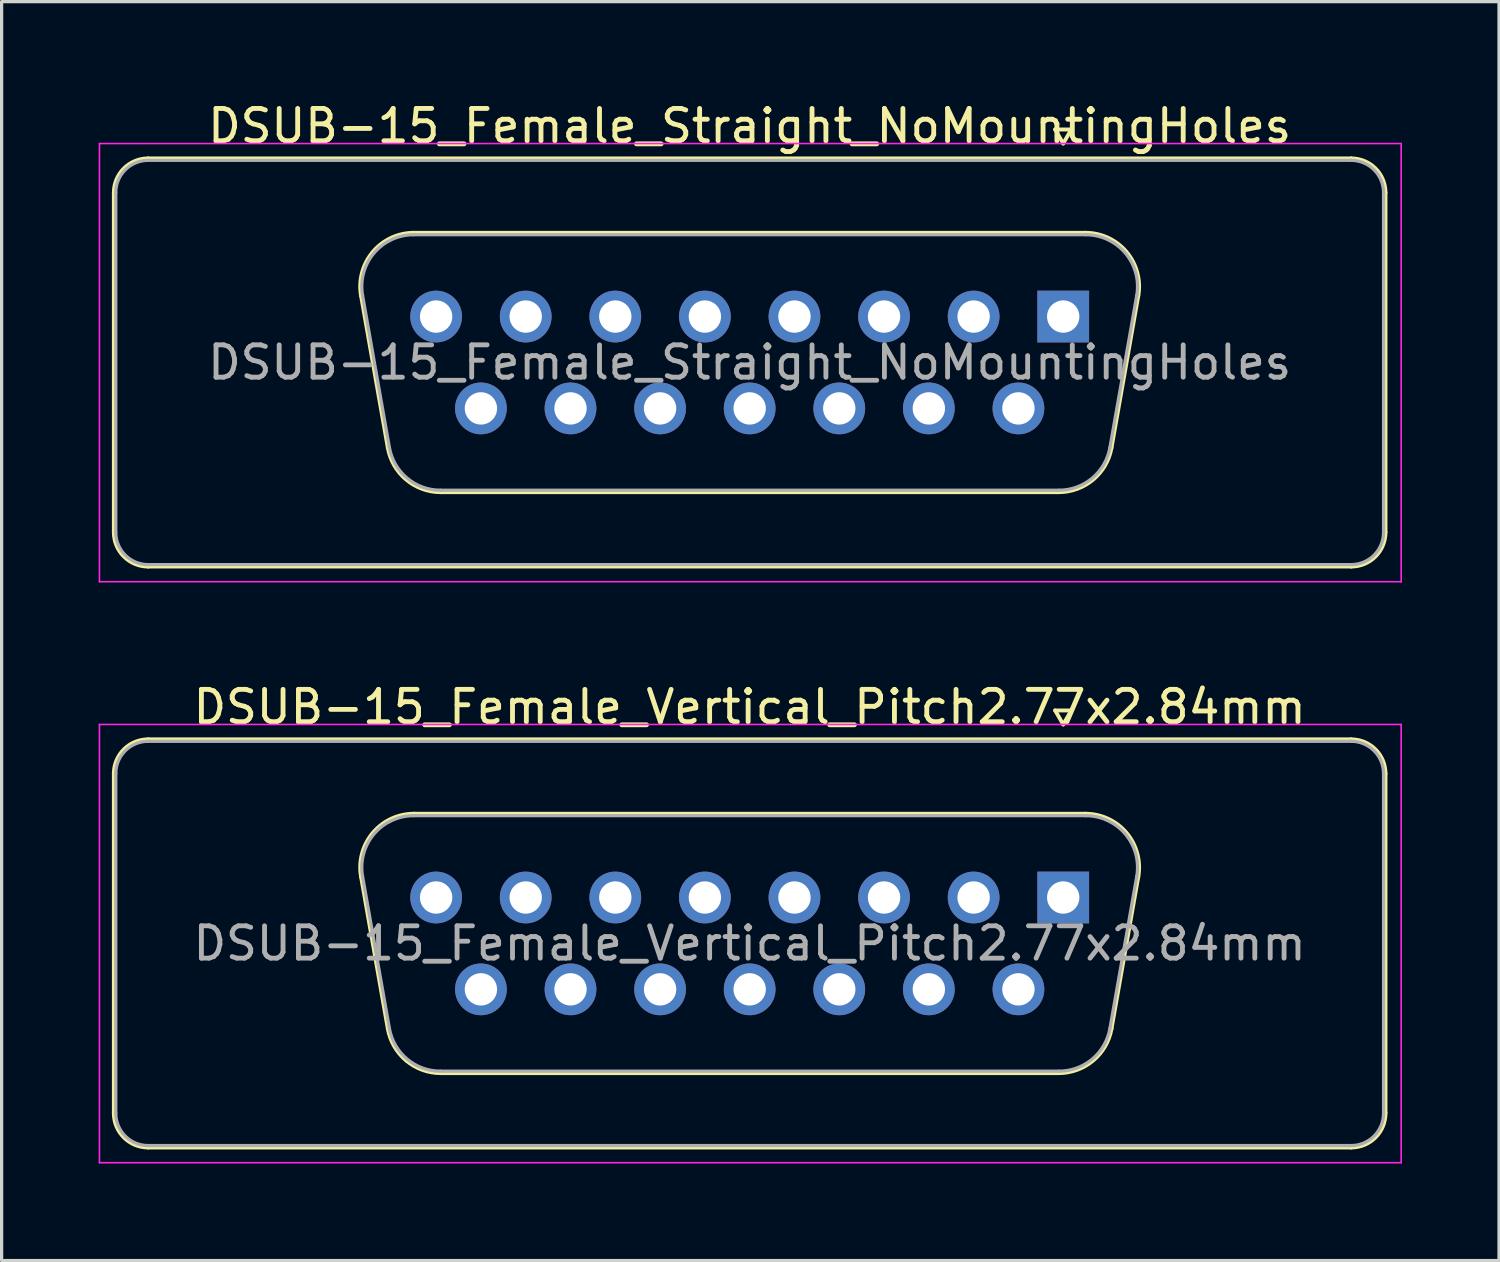
<source format=kicad_pcb>
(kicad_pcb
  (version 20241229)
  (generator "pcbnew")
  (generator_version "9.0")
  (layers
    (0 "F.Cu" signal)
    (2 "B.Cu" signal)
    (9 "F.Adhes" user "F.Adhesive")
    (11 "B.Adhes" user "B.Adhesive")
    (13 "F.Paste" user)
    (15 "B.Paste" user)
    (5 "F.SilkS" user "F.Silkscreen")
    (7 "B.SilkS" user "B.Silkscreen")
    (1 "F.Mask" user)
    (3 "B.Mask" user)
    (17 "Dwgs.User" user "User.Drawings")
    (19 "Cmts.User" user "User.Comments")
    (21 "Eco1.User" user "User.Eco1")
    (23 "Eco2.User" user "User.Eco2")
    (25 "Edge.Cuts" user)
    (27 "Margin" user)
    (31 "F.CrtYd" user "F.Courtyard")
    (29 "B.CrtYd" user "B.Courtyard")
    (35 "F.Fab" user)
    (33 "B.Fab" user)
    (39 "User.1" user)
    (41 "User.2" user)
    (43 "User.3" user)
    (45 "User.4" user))
  (footprint "DSUB-15_Female_Straight_NoMountingHoles"
    (layer "F.Cu")
    (at 29.825 6.738)
    (property "Reference" "DSUB-15_Female_Straight_NoMountingHoles" (at -9.695 -5.89 0) (layer "F.SilkS") (effects (font (size 1 1) (thickness 0.15))))
    (attr through_hole)
    (fp_line (start -29.355 6.67) (end -29.355 -3.83) (stroke (width 0.12) (type solid)) (layer "F.SilkS"))
    (fp_line (start -28.295 -4.89) (end 8.905 -4.89) (stroke (width 0.12) (type solid)) (layer "F.SilkS"))
    (fp_line (start -21.711 -0.642) (end -20.883 4.058) (stroke (width 0.12) (type solid)) (layer "F.SilkS"))
    (fp_line (start -20.077 -2.59) (end 0.687 -2.59) (stroke (width 0.12) (type solid)) (layer "F.SilkS"))
    (fp_line (start -19.248 5.43) (end -0.142 5.43) (stroke (width 0.12) (type solid)) (layer "F.SilkS"))
    (fp_line (start -0.25 -5.784) (end 0.25 -5.784) (stroke (width 0.12) (type solid)) (layer "F.SilkS"))
    (fp_line (start 0 -5.351) (end -0.25 -5.784) (stroke (width 0.12) (type solid)) (layer "F.SilkS"))
    (fp_line (start 0.25 -5.784) (end 0 -5.351) (stroke (width 0.12) (type solid)) (layer "F.SilkS"))
    (fp_line (start 2.321 -0.642) (end 1.493 4.058) (stroke (width 0.12) (type solid)) (layer "F.SilkS"))
    (fp_line (start 8.905 7.73) (end -28.295 7.73) (stroke (width 0.12) (type solid)) (layer "F.SilkS"))
    (fp_line (start 9.965 -3.83) (end 9.965 6.67) (stroke (width 0.12) (type solid)) (layer "F.SilkS"))
    (fp_arc (start -29.355 -3.83) (mid -29.044533 -4.579533) (end -28.295 -4.89) (stroke (width 0.12) (type solid)) (layer "F.SilkS"))
    (fp_arc (start -28.295 7.73) (mid -29.044533 7.419533) (end -29.355 6.67) (stroke (width 0.12) (type solid)) (layer "F.SilkS"))
    (fp_arc (start -21.71147 -0.641744) (mid -21.348323 -1.997028) (end -20.076689 -2.59) (stroke (width 0.12) (type solid)) (layer "F.SilkS"))
    (fp_arc (start -19.247952 5.43) (mid -20.314979 5.041634) (end -20.882733 4.058256) (stroke (width 0.12) (type solid)) (layer "F.SilkS"))
    (fp_arc (start 0.686689 -2.59) (mid 1.958323 -1.997027) (end 2.32147 -0.641744) (stroke (width 0.12) (type solid)) (layer "F.SilkS"))
    (fp_arc (start 1.492733 4.058256) (mid 0.92498 5.041634) (end -0.142048 5.43) (stroke (width 0.12) (type solid)) (layer "F.SilkS"))
    (fp_arc (start 8.905 -4.89) (mid 9.654533 -4.579533) (end 9.965 -3.83) (stroke (width 0.12) (type solid)) (layer "F.SilkS"))
    (fp_arc (start 9.965 6.67) (mid 9.654533 7.419533) (end 8.905 7.73) (stroke (width 0.12) (type solid)) (layer "F.SilkS"))
    (fp_line (start -29.8 -5.35) (end -29.8 8.2) (stroke (width 0.05) (type solid)) (layer "F.CrtYd"))
    (fp_line (start -29.8 8.2) (end 10.45 8.2) (stroke (width 0.05) (type solid)) (layer "F.CrtYd"))
    (fp_line (start 10.45 -5.35) (end -29.8 -5.35) (stroke (width 0.05) (type solid)) (layer "F.CrtYd"))
    (fp_line (start 10.45 8.2) (end 10.45 -5.35) (stroke (width 0.05) (type solid)) (layer "F.CrtYd"))
    (fp_line (start -29.295 6.67) (end -29.295 -3.83) (stroke (width 0.1) (type solid)) (layer "F.Fab"))
    (fp_line (start -28.295 -4.83) (end 8.905 -4.83) (stroke (width 0.1) (type solid)) (layer "F.Fab"))
    (fp_line (start -21.664 -0.652) (end -20.835 4.048) (stroke (width 0.1) (type solid)) (layer "F.Fab"))
    (fp_line (start -20.088 -2.53) (end 0.698 -2.53) (stroke (width 0.1) (type solid)) (layer "F.Fab"))
    (fp_line (start -19.259 5.37) (end -0.131 5.37) (stroke (width 0.1) (type solid)) (layer "F.Fab"))
    (fp_line (start 2.274 -0.652) (end 1.445 4.048) (stroke (width 0.1) (type solid)) (layer "F.Fab"))
    (fp_line (start 8.905 7.67) (end -28.295 7.67) (stroke (width 0.1) (type solid)) (layer "F.Fab"))
    (fp_line (start 9.905 -3.83) (end 9.905 6.67) (stroke (width 0.1) (type solid)) (layer "F.Fab"))
    (fp_arc (start -29.295 -3.83) (mid -29.002107 -4.537107) (end -28.295 -4.83) (stroke (width 0.1) (type solid)) (layer "F.Fab"))
    (fp_arc (start -28.295 7.67) (mid -29.002107 7.377107) (end -29.295 6.67) (stroke (width 0.1) (type solid)) (layer "F.Fab"))
    (fp_arc (start -21.663886 -0.652163) (mid -21.313865 -1.95846) (end -20.088194 -2.53) (stroke (width 0.1) (type solid)) (layer "F.Fab"))
    (fp_arc (start -19.259457 5.37) (mid -20.287917 4.995671) (end -20.835149 4.047837) (stroke (width 0.1) (type solid)) (layer "F.Fab"))
    (fp_arc (start 0.698194 -2.53) (mid 1.923865 -1.95846) (end 2.273886 -0.652163) (stroke (width 0.1) (type solid)) (layer "F.Fab"))
    (fp_arc (start 1.445149 4.047837) (mid 0.897917 4.995671) (end -0.130543 5.37) (stroke (width 0.1) (type solid)) (layer "F.Fab"))
    (fp_arc (start 8.905 -4.83) (mid 9.612107 -4.537107) (end 9.905 -3.83) (stroke (width 0.1) (type solid)) (layer "F.Fab"))
    (fp_arc (start 9.905 6.67) (mid 9.612107 7.377107) (end 8.905 7.67) (stroke (width 0.1) (type solid)) (layer "F.Fab"))
    (fp_text user "${REFERENCE}" (at -9.695 1.42 0) (layer "F.Fab") (effects (font (size 1 1) (thickness 0.15))))
    (pad "1" thru_hole rect (at 0 0) (size 1.6 1.6) (drill 1) (layers "*.Cu" "*.Mask"))
    (pad "2" thru_hole circle (at -2.77 0) (size 1.6 1.6) (drill 1) (layers "*.Cu" "*.Mask"))
    (pad "3" thru_hole circle (at -5.54 0) (size 1.6 1.6) (drill 1) (layers "*.Cu" "*.Mask"))
    (pad "4" thru_hole circle (at -8.31 0) (size 1.6 1.6) (drill 1) (layers "*.Cu" "*.Mask"))
    (pad "5" thru_hole circle (at -11.08 0) (size 1.6 1.6) (drill 1) (layers "*.Cu" "*.Mask"))
    (pad "6" thru_hole circle (at -13.85 0) (size 1.6 1.6) (drill 1) (layers "*.Cu" "*.Mask"))
    (pad "7" thru_hole circle (at -16.62 0) (size 1.6 1.6) (drill 1) (layers "*.Cu" "*.Mask"))
    (pad "8" thru_hole circle (at -19.39 0) (size 1.6 1.6) (drill 1) (layers "*.Cu" "*.Mask"))
    (pad "9" thru_hole circle (at -1.385 2.84) (size 1.6 1.6) (drill 1) (layers "*.Cu" "*.Mask"))
    (pad "10" thru_hole circle (at -4.155 2.84) (size 1.6 1.6) (drill 1) (layers "*.Cu" "*.Mask"))
    (pad "11" thru_hole circle (at -6.925 2.84) (size 1.6 1.6) (drill 1) (layers "*.Cu" "*.Mask"))
    (pad "12" thru_hole circle (at -9.695 2.84) (size 1.6 1.6) (drill 1) (layers "*.Cu" "*.Mask"))
    (pad "13" thru_hole circle (at -12.465 2.84) (size 1.6 1.6) (drill 1) (layers "*.Cu" "*.Mask"))
    (pad "14" thru_hole circle (at -15.235 2.84) (size 1.6 1.6) (drill 1) (layers "*.Cu" "*.Mask"))
    (pad "15" thru_hole circle (at -18.005 2.84) (size 1.6 1.6) (drill 1) (layers "*.Cu" "*.Mask")))
  (footprint "DSUB-15_Female_Vertical_Pitch2.77x2.84mm"
    (layer "F.Cu")
    (at 29.825 24.701)
    (property "Reference" "DSUB-15_Female_Vertical_Pitch2.77x2.84mm" (at -9.695 -5.89 0) (layer "F.SilkS") (effects (font (size 1 1) (thickness 0.15))))
    (attr through_hole)
    (fp_line (start -29.355 6.67) (end -29.355 -3.83) (stroke (width 0.12) (type solid)) (layer "F.SilkS"))
    (fp_line (start -28.295 -4.89) (end 8.905 -4.89) (stroke (width 0.12) (type solid)) (layer "F.SilkS"))
    (fp_line (start -21.711 -0.642) (end -20.883 4.058) (stroke (width 0.12) (type solid)) (layer "F.SilkS"))
    (fp_line (start -20.077 -2.59) (end 0.687 -2.59) (stroke (width 0.12) (type solid)) (layer "F.SilkS"))
    (fp_line (start -19.248 5.43) (end -0.142 5.43) (stroke (width 0.12) (type solid)) (layer "F.SilkS"))
    (fp_line (start -0.25 -5.784) (end 0.25 -5.784) (stroke (width 0.12) (type solid)) (layer "F.SilkS"))
    (fp_line (start 0 -5.351) (end -0.25 -5.784) (stroke (width 0.12) (type solid)) (layer "F.SilkS"))
    (fp_line (start 0.25 -5.784) (end 0 -5.351) (stroke (width 0.12) (type solid)) (layer "F.SilkS"))
    (fp_line (start 2.321 -0.642) (end 1.493 4.058) (stroke (width 0.12) (type solid)) (layer "F.SilkS"))
    (fp_line (start 8.905 7.73) (end -28.295 7.73) (stroke (width 0.12) (type solid)) (layer "F.SilkS"))
    (fp_line (start 9.965 -3.83) (end 9.965 6.67) (stroke (width 0.12) (type solid)) (layer "F.SilkS"))
    (fp_arc (start -29.355 -3.83) (mid -29.044533 -4.579533) (end -28.295 -4.89) (stroke (width 0.12) (type solid)) (layer "F.SilkS"))
    (fp_arc (start -28.295 7.73) (mid -29.044533 7.419533) (end -29.355 6.67) (stroke (width 0.12) (type solid)) (layer "F.SilkS"))
    (fp_arc (start -21.71147 -0.641744) (mid -21.348323 -1.997028) (end -20.076689 -2.59) (stroke (width 0.12) (type solid)) (layer "F.SilkS"))
    (fp_arc (start -19.247952 5.43) (mid -20.314979 5.041634) (end -20.882733 4.058256) (stroke (width 0.12) (type solid)) (layer "F.SilkS"))
    (fp_arc (start 0.686689 -2.59) (mid 1.958323 -1.997027) (end 2.32147 -0.641744) (stroke (width 0.12) (type solid)) (layer "F.SilkS"))
    (fp_arc (start 1.492733 4.058256) (mid 0.92498 5.041634) (end -0.142048 5.43) (stroke (width 0.12) (type solid)) (layer "F.SilkS"))
    (fp_arc (start 8.905 -4.89) (mid 9.654533 -4.579533) (end 9.965 -3.83) (stroke (width 0.12) (type solid)) (layer "F.SilkS"))
    (fp_arc (start 9.965 6.67) (mid 9.654533 7.419533) (end 8.905 7.73) (stroke (width 0.12) (type solid)) (layer "F.SilkS"))
    (fp_line (start -29.8 -5.35) (end -29.8 8.2) (stroke (width 0.05) (type solid)) (layer "F.CrtYd"))
    (fp_line (start -29.8 8.2) (end 10.45 8.2) (stroke (width 0.05) (type solid)) (layer "F.CrtYd"))
    (fp_line (start 10.45 -5.35) (end -29.8 -5.35) (stroke (width 0.05) (type solid)) (layer "F.CrtYd"))
    (fp_line (start 10.45 8.2) (end 10.45 -5.35) (stroke (width 0.05) (type solid)) (layer "F.CrtYd"))
    (fp_line (start -29.295 6.67) (end -29.295 -3.83) (stroke (width 0.1) (type solid)) (layer "F.Fab"))
    (fp_line (start -28.295 -4.83) (end 8.905 -4.83) (stroke (width 0.1) (type solid)) (layer "F.Fab"))
    (fp_line (start -21.664 -0.652) (end -20.835 4.048) (stroke (width 0.1) (type solid)) (layer "F.Fab"))
    (fp_line (start -20.088 -2.53) (end 0.698 -2.53) (stroke (width 0.1) (type solid)) (layer "F.Fab"))
    (fp_line (start -19.259 5.37) (end -0.131 5.37) (stroke (width 0.1) (type solid)) (layer "F.Fab"))
    (fp_line (start 2.274 -0.652) (end 1.445 4.048) (stroke (width 0.1) (type solid)) (layer "F.Fab"))
    (fp_line (start 8.905 7.67) (end -28.295 7.67) (stroke (width 0.1) (type solid)) (layer "F.Fab"))
    (fp_line (start 9.905 -3.83) (end 9.905 6.67) (stroke (width 0.1) (type solid)) (layer "F.Fab"))
    (fp_arc (start -29.295 -3.83) (mid -29.002107 -4.537107) (end -28.295 -4.83) (stroke (width 0.1) (type solid)) (layer "F.Fab"))
    (fp_arc (start -28.295 7.67) (mid -29.002107 7.377107) (end -29.295 6.67) (stroke (width 0.1) (type solid)) (layer "F.Fab"))
    (fp_arc (start -21.663886 -0.652163) (mid -21.313865 -1.95846) (end -20.088194 -2.53) (stroke (width 0.1) (type solid)) (layer "F.Fab"))
    (fp_arc (start -19.259457 5.37) (mid -20.287917 4.995671) (end -20.835149 4.047837) (stroke (width 0.1) (type solid)) (layer "F.Fab"))
    (fp_arc (start 0.698194 -2.53) (mid 1.923865 -1.95846) (end 2.273886 -0.652163) (stroke (width 0.1) (type solid)) (layer "F.Fab"))
    (fp_arc (start 1.445149 4.047837) (mid 0.897917 4.995671) (end -0.130543 5.37) (stroke (width 0.1) (type solid)) (layer "F.Fab"))
    (fp_arc (start 8.905 -4.83) (mid 9.612107 -4.537107) (end 9.905 -3.83) (stroke (width 0.1) (type solid)) (layer "F.Fab"))
    (fp_arc (start 9.905 6.67) (mid 9.612107 7.377107) (end 8.905 7.67) (stroke (width 0.1) (type solid)) (layer "F.Fab"))
    (fp_text user "${REFERENCE}" (at -9.695 1.42 0) (layer "F.Fab") (effects (font (size 1 1) (thickness 0.15))))
    (pad "1" thru_hole rect (at 0 0) (size 1.6 1.6) (drill 1) (layers "*.Cu" "*.Mask"))
    (pad "2" thru_hole circle (at -2.77 0) (size 1.6 1.6) (drill 1) (layers "*.Cu" "*.Mask"))
    (pad "3" thru_hole circle (at -5.54 0) (size 1.6 1.6) (drill 1) (layers "*.Cu" "*.Mask"))
    (pad "4" thru_hole circle (at -8.31 0) (size 1.6 1.6) (drill 1) (layers "*.Cu" "*.Mask"))
    (pad "5" thru_hole circle (at -11.08 0) (size 1.6 1.6) (drill 1) (layers "*.Cu" "*.Mask"))
    (pad "6" thru_hole circle (at -13.85 0) (size 1.6 1.6) (drill 1) (layers "*.Cu" "*.Mask"))
    (pad "7" thru_hole circle (at -16.62 0) (size 1.6 1.6) (drill 1) (layers "*.Cu" "*.Mask"))
    (pad "8" thru_hole circle (at -19.39 0) (size 1.6 1.6) (drill 1) (layers "*.Cu" "*.Mask"))
    (pad "9" thru_hole circle (at -1.385 2.84) (size 1.6 1.6) (drill 1) (layers "*.Cu" "*.Mask"))
    (pad "10" thru_hole circle (at -4.155 2.84) (size 1.6 1.6) (drill 1) (layers "*.Cu" "*.Mask"))
    (pad "11" thru_hole circle (at -6.925 2.84) (size 1.6 1.6) (drill 1) (layers "*.Cu" "*.Mask"))
    (pad "12" thru_hole circle (at -9.695 2.84) (size 1.6 1.6) (drill 1) (layers "*.Cu" "*.Mask"))
    (pad "13" thru_hole circle (at -12.465 2.84) (size 1.6 1.6) (drill 1) (layers "*.Cu" "*.Mask"))
    (pad "14" thru_hole circle (at -15.235 2.84) (size 1.6 1.6) (drill 1) (layers "*.Cu" "*.Mask"))
    (pad "15" thru_hole circle (at -18.005 2.84) (size 1.6 1.6) (drill 1) (layers "*.Cu" "*.Mask")))
  (gr_rect
    (start -3 -3)
    (end 43.3 35.926)
    (stroke (width 0.1) (type default))
    (fill no)
    (layer "Edge.Cuts")))
</source>
